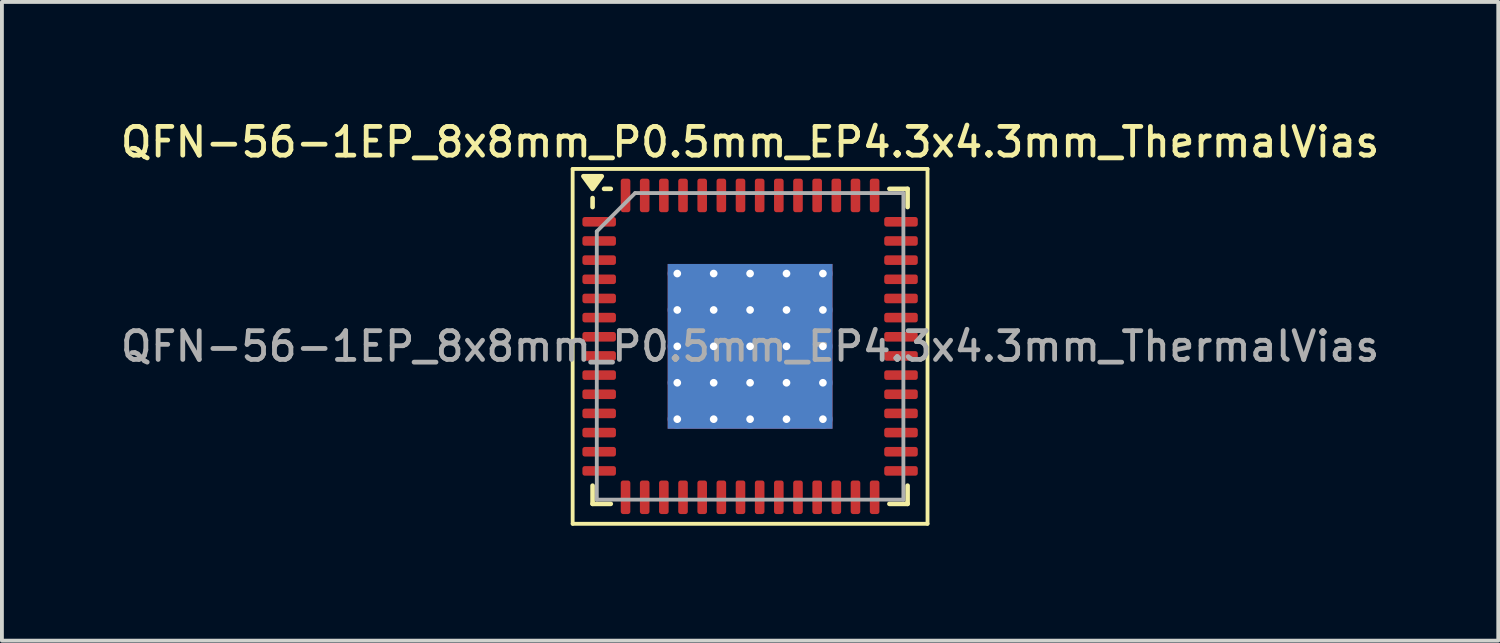
<source format=kicad_pcb>
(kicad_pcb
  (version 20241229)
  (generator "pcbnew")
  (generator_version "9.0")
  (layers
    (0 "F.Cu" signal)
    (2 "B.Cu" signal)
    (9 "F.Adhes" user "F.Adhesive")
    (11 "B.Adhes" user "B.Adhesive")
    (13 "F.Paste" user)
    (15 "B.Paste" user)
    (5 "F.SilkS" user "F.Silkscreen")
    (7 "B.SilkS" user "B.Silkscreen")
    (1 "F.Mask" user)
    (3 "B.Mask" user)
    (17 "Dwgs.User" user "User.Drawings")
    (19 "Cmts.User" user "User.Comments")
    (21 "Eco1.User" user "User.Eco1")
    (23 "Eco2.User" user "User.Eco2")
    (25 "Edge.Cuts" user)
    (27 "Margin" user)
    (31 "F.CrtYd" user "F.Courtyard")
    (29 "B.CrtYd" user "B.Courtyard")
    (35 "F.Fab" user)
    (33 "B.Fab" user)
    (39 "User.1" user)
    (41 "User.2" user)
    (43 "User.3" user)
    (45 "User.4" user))
  (footprint "QFN-56-1EP_8x8mm_P0.5mm_EP4.3x4.3mm_ThermalVias"
    (layer "F.Cu")
    (at 16.523 5.988)
    (property "Reference" "QFN-56-1EP_8x8mm_P0.5mm_EP4.3x4.3mm_ThermalVias" (at 0 -5.33 0) (layer "F.SilkS") (effects (font (size 0.75 0.75) (thickness 0.125))))
    (attr smd)
    (fp_line (start -4.63 -4.63) (end -4.63 4.63) (stroke (width 0.1) (type solid)) (layer "F.SilkS"))
    (fp_line (start -4.63 4.63) (end 4.63 4.63) (stroke (width 0.1) (type solid)) (layer "F.SilkS"))
    (fp_line (start -4.11 -3.635) (end -4.11 -3.87) (stroke (width 0.12) (type solid)) (layer "F.SilkS"))
    (fp_line (start -4.11 4.11) (end -4.11 3.635) (stroke (width 0.12) (type solid)) (layer "F.SilkS"))
    (fp_line (start -3.635 -4.11) (end -3.81 -4.11) (stroke (width 0.12) (type solid)) (layer "F.SilkS"))
    (fp_line (start -3.635 4.11) (end -4.11 4.11) (stroke (width 0.12) (type solid)) (layer "F.SilkS"))
    (fp_line (start 3.635 -4.11) (end 4.11 -4.11) (stroke (width 0.12) (type solid)) (layer "F.SilkS"))
    (fp_line (start 3.635 4.11) (end 4.11 4.11) (stroke (width 0.12) (type solid)) (layer "F.SilkS"))
    (fp_line (start 4.11 -4.11) (end 4.11 -3.635) (stroke (width 0.12) (type solid)) (layer "F.SilkS"))
    (fp_line (start 4.11 4.11) (end 4.11 3.635) (stroke (width 0.12) (type solid)) (layer "F.SilkS"))
    (fp_line (start 4.63 -4.63) (end -4.63 -4.63) (stroke (width 0.1) (type solid)) (layer "F.SilkS"))
    (fp_line (start 4.63 4.63) (end 4.63 -4.63) (stroke (width 0.1) (type solid)) (layer "F.SilkS"))
    (fp_poly (pts (xy -4.11 -4.11) (xy -4.35 -4.44) (xy -3.87 -4.44) (xy -4.11 -4.11)) (stroke (width 0.12) (type solid)) (fill yes) (layer "F.SilkS"))
    (fp_line (start -4 -3) (end -3 -4) (stroke (width 0.1) (type solid)) (layer "F.Fab"))
    (fp_line (start -4 4) (end -4 -3) (stroke (width 0.1) (type solid)) (layer "F.Fab"))
    (fp_line (start -3 -4) (end 4 -4) (stroke (width 0.1) (type solid)) (layer "F.Fab"))
    (fp_line (start 4 -4) (end 4 4) (stroke (width 0.1) (type solid)) (layer "F.Fab"))
    (fp_line (start 4 4) (end -4 4) (stroke (width 0.1) (type solid)) (layer "F.Fab"))
    (fp_text user "${REFERENCE}" (at 0 0 0) (layer "F.Fab") (effects (font (size 0.75 0.75) (thickness 0.125))))
    (pad "" smd custom (at -1.425 -1.425) (size 0.716 0.716) (layers "F.Paste") (options (anchor circle)) (primitives (gr_poly (pts (xy -0.299 -0.202) (xy -0.202 -0.299) (xy 0.202 -0.299) (xy 0.299 -0.202) (xy 0.299 0.202) (xy 0.202 0.299) (xy -0.202 0.299) (xy -0.299 0.202)) (width 0.234) (fill yes))))
    (pad "" smd custom (at -1.425 -0.475) (size 0.716 0.716) (layers "F.Paste") (options (anchor circle)) (primitives (gr_poly (pts (xy -0.299 -0.202) (xy -0.202 -0.299) (xy 0.202 -0.299) (xy 0.299 -0.202) (xy 0.299 0.202) (xy 0.202 0.299) (xy -0.202 0.299) (xy -0.299 0.202)) (width 0.234) (fill yes))))
    (pad "" smd custom (at -1.425 0.475) (size 0.716 0.716) (layers "F.Paste") (options (anchor circle)) (primitives (gr_poly (pts (xy -0.299 -0.202) (xy -0.202 -0.299) (xy 0.202 -0.299) (xy 0.299 -0.202) (xy 0.299 0.202) (xy 0.202 0.299) (xy -0.202 0.299) (xy -0.299 0.202)) (width 0.234) (fill yes))))
    (pad "" smd custom (at -1.425 1.425) (size 0.716 0.716) (layers "F.Paste") (options (anchor circle)) (primitives (gr_poly (pts (xy -0.299 -0.202) (xy -0.202 -0.299) (xy 0.202 -0.299) (xy 0.299 -0.202) (xy 0.299 0.202) (xy 0.202 0.299) (xy -0.202 0.299) (xy -0.299 0.202)) (width 0.234) (fill yes))))
    (pad "" smd custom (at -0.475 -1.425) (size 0.716 0.716) (layers "F.Paste") (options (anchor circle)) (primitives (gr_poly (pts (xy -0.299 -0.202) (xy -0.202 -0.299) (xy 0.202 -0.299) (xy 0.299 -0.202) (xy 0.299 0.202) (xy 0.202 0.299) (xy -0.202 0.299) (xy -0.299 0.202)) (width 0.234) (fill yes))))
    (pad "" smd custom (at -0.475 -0.475) (size 0.716 0.716) (layers "F.Paste") (options (anchor circle)) (primitives (gr_poly (pts (xy -0.299 -0.202) (xy -0.202 -0.299) (xy 0.202 -0.299) (xy 0.299 -0.202) (xy 0.299 0.202) (xy 0.202 0.299) (xy -0.202 0.299) (xy -0.299 0.202)) (width 0.234) (fill yes))))
    (pad "" smd custom (at -0.475 0.475) (size 0.716 0.716) (layers "F.Paste") (options (anchor circle)) (primitives (gr_poly (pts (xy -0.299 -0.202) (xy -0.202 -0.299) (xy 0.202 -0.299) (xy 0.299 -0.202) (xy 0.299 0.202) (xy 0.202 0.299) (xy -0.202 0.299) (xy -0.299 0.202)) (width 0.234) (fill yes))))
    (pad "" smd custom (at -0.475 1.425) (size 0.716 0.716) (layers "F.Paste") (options (anchor circle)) (primitives (gr_poly (pts (xy -0.299 -0.202) (xy -0.202 -0.299) (xy 0.202 -0.299) (xy 0.299 -0.202) (xy 0.299 0.202) (xy 0.202 0.299) (xy -0.202 0.299) (xy -0.299 0.202)) (width 0.234) (fill yes))))
    (pad "" smd custom (at 0.475 -1.425) (size 0.716 0.716) (layers "F.Paste") (options (anchor circle)) (primitives (gr_poly (pts (xy -0.299 -0.202) (xy -0.202 -0.299) (xy 0.202 -0.299) (xy 0.299 -0.202) (xy 0.299 0.202) (xy 0.202 0.299) (xy -0.202 0.299) (xy -0.299 0.202)) (width 0.234) (fill yes))))
    (pad "" smd custom (at 0.475 -0.475) (size 0.716 0.716) (layers "F.Paste") (options (anchor circle)) (primitives (gr_poly (pts (xy -0.299 -0.202) (xy -0.202 -0.299) (xy 0.202 -0.299) (xy 0.299 -0.202) (xy 0.299 0.202) (xy 0.202 0.299) (xy -0.202 0.299) (xy -0.299 0.202)) (width 0.234) (fill yes))))
    (pad "" smd custom (at 0.475 0.475) (size 0.716 0.716) (layers "F.Paste") (options (anchor circle)) (primitives (gr_poly (pts (xy -0.299 -0.202) (xy -0.202 -0.299) (xy 0.202 -0.299) (xy 0.299 -0.202) (xy 0.299 0.202) (xy 0.202 0.299) (xy -0.202 0.299) (xy -0.299 0.202)) (width 0.234) (fill yes))))
    (pad "" smd custom (at 0.475 1.425) (size 0.716 0.716) (layers "F.Paste") (options (anchor circle)) (primitives (gr_poly (pts (xy -0.299 -0.202) (xy -0.202 -0.299) (xy 0.202 -0.299) (xy 0.299 -0.202) (xy 0.299 0.202) (xy 0.202 0.299) (xy -0.202 0.299) (xy -0.299 0.202)) (width 0.234) (fill yes))))
    (pad "" smd custom (at 1.425 -1.425) (size 0.716 0.716) (layers "F.Paste") (options (anchor circle)) (primitives (gr_poly (pts (xy -0.299 -0.202) (xy -0.202 -0.299) (xy 0.202 -0.299) (xy 0.299 -0.202) (xy 0.299 0.202) (xy 0.202 0.299) (xy -0.202 0.299) (xy -0.299 0.202)) (width 0.234) (fill yes))))
    (pad "" smd custom (at 1.425 -0.475) (size 0.716 0.716) (layers "F.Paste") (options (anchor circle)) (primitives (gr_poly (pts (xy -0.299 -0.202) (xy -0.202 -0.299) (xy 0.202 -0.299) (xy 0.299 -0.202) (xy 0.299 0.202) (xy 0.202 0.299) (xy -0.202 0.299) (xy -0.299 0.202)) (width 0.234) (fill yes))))
    (pad "" smd custom (at 1.425 0.475) (size 0.716 0.716) (layers "F.Paste") (options (anchor circle)) (primitives (gr_poly (pts (xy -0.299 -0.202) (xy -0.202 -0.299) (xy 0.202 -0.299) (xy 0.299 -0.202) (xy 0.299 0.202) (xy 0.202 0.299) (xy -0.202 0.299) (xy -0.299 0.202)) (width 0.234) (fill yes))))
    (pad "" smd custom (at 1.425 1.425) (size 0.716 0.716) (layers "F.Paste") (options (anchor circle)) (primitives (gr_poly (pts (xy -0.299 -0.202) (xy -0.202 -0.299) (xy 0.202 -0.299) (xy 0.299 -0.202) (xy 0.299 0.202) (xy 0.202 0.299) (xy -0.202 0.299) (xy -0.299 0.202)) (width 0.234) (fill yes))))
    (pad "1" smd roundrect (at -3.938 -3.25) (size 0.875 0.25) (layers "F.Cu" "F.Mask" "F.Paste") (roundrect_rratio 0.25))
    (pad "2" smd roundrect (at -3.938 -2.75) (size 0.875 0.25) (layers "F.Cu" "F.Mask" "F.Paste") (roundrect_rratio 0.25))
    (pad "3" smd roundrect (at -3.938 -2.25) (size 0.875 0.25) (layers "F.Cu" "F.Mask" "F.Paste") (roundrect_rratio 0.25))
    (pad "4" smd roundrect (at -3.938 -1.75) (size 0.875 0.25) (layers "F.Cu" "F.Mask" "F.Paste") (roundrect_rratio 0.25))
    (pad "5" smd roundrect (at -3.938 -1.25) (size 0.875 0.25) (layers "F.Cu" "F.Mask" "F.Paste") (roundrect_rratio 0.25))
    (pad "6" smd roundrect (at -3.938 -0.75) (size 0.875 0.25) (layers "F.Cu" "F.Mask" "F.Paste") (roundrect_rratio 0.25))
    (pad "7" smd roundrect (at -3.938 -0.25) (size 0.875 0.25) (layers "F.Cu" "F.Mask" "F.Paste") (roundrect_rratio 0.25))
    (pad "8" smd roundrect (at -3.938 0.25) (size 0.875 0.25) (layers "F.Cu" "F.Mask" "F.Paste") (roundrect_rratio 0.25))
    (pad "9" smd roundrect (at -3.938 0.75) (size 0.875 0.25) (layers "F.Cu" "F.Mask" "F.Paste") (roundrect_rratio 0.25))
    (pad "10" smd roundrect (at -3.938 1.25) (size 0.875 0.25) (layers "F.Cu" "F.Mask" "F.Paste") (roundrect_rratio 0.25))
    (pad "11" smd roundrect (at -3.938 1.75) (size 0.875 0.25) (layers "F.Cu" "F.Mask" "F.Paste") (roundrect_rratio 0.25))
    (pad "12" smd roundrect (at -3.938 2.25) (size 0.875 0.25) (layers "F.Cu" "F.Mask" "F.Paste") (roundrect_rratio 0.25))
    (pad "13" smd roundrect (at -3.938 2.75) (size 0.875 0.25) (layers "F.Cu" "F.Mask" "F.Paste") (roundrect_rratio 0.25))
    (pad "14" smd roundrect (at -3.938 3.25) (size 0.875 0.25) (layers "F.Cu" "F.Mask" "F.Paste") (roundrect_rratio 0.25))
    (pad "15" smd roundrect (at -3.25 3.938) (size 0.25 0.875) (layers "F.Cu" "F.Mask" "F.Paste") (roundrect_rratio 0.25))
    (pad "16" smd roundrect (at -2.75 3.938) (size 0.25 0.875) (layers "F.Cu" "F.Mask" "F.Paste") (roundrect_rratio 0.25))
    (pad "17" smd roundrect (at -2.25 3.938) (size 0.25 0.875) (layers "F.Cu" "F.Mask" "F.Paste") (roundrect_rratio 0.25))
    (pad "18" smd roundrect (at -1.75 3.938) (size 0.25 0.875) (layers "F.Cu" "F.Mask" "F.Paste") (roundrect_rratio 0.25))
    (pad "19" smd roundrect (at -1.25 3.938) (size 0.25 0.875) (layers "F.Cu" "F.Mask" "F.Paste") (roundrect_rratio 0.25))
    (pad "20" smd roundrect (at -0.75 3.938) (size 0.25 0.875) (layers "F.Cu" "F.Mask" "F.Paste") (roundrect_rratio 0.25))
    (pad "21" smd roundrect (at -0.25 3.938) (size 0.25 0.875) (layers "F.Cu" "F.Mask" "F.Paste") (roundrect_rratio 0.25))
    (pad "22" smd roundrect (at 0.25 3.938) (size 0.25 0.875) (layers "F.Cu" "F.Mask" "F.Paste") (roundrect_rratio 0.25))
    (pad "23" smd roundrect (at 0.75 3.938) (size 0.25 0.875) (layers "F.Cu" "F.Mask" "F.Paste") (roundrect_rratio 0.25))
    (pad "24" smd roundrect (at 1.25 3.938) (size 0.25 0.875) (layers "F.Cu" "F.Mask" "F.Paste") (roundrect_rratio 0.25))
    (pad "25" smd roundrect (at 1.75 3.938) (size 0.25 0.875) (layers "F.Cu" "F.Mask" "F.Paste") (roundrect_rratio 0.25))
    (pad "26" smd roundrect (at 2.25 3.938) (size 0.25 0.875) (layers "F.Cu" "F.Mask" "F.Paste") (roundrect_rratio 0.25))
    (pad "27" smd roundrect (at 2.75 3.938) (size 0.25 0.875) (layers "F.Cu" "F.Mask" "F.Paste") (roundrect_rratio 0.25))
    (pad "28" smd roundrect (at 3.25 3.938) (size 0.25 0.875) (layers "F.Cu" "F.Mask" "F.Paste") (roundrect_rratio 0.25))
    (pad "29" smd roundrect (at 3.938 3.25) (size 0.875 0.25) (layers "F.Cu" "F.Mask" "F.Paste") (roundrect_rratio 0.25))
    (pad "30" smd roundrect (at 3.938 2.75) (size 0.875 0.25) (layers "F.Cu" "F.Mask" "F.Paste") (roundrect_rratio 0.25))
    (pad "31" smd roundrect (at 3.938 2.25) (size 0.875 0.25) (layers "F.Cu" "F.Mask" "F.Paste") (roundrect_rratio 0.25))
    (pad "32" smd roundrect (at 3.938 1.75) (size 0.875 0.25) (layers "F.Cu" "F.Mask" "F.Paste") (roundrect_rratio 0.25))
    (pad "33" smd roundrect (at 3.938 1.25) (size 0.875 0.25) (layers "F.Cu" "F.Mask" "F.Paste") (roundrect_rratio 0.25))
    (pad "34" smd roundrect (at 3.938 0.75) (size 0.875 0.25) (layers "F.Cu" "F.Mask" "F.Paste") (roundrect_rratio 0.25))
    (pad "35" smd roundrect (at 3.938 0.25) (size 0.875 0.25) (layers "F.Cu" "F.Mask" "F.Paste") (roundrect_rratio 0.25))
    (pad "36" smd roundrect (at 3.938 -0.25) (size 0.875 0.25) (layers "F.Cu" "F.Mask" "F.Paste") (roundrect_rratio 0.25))
    (pad "37" smd roundrect (at 3.938 -0.75) (size 0.875 0.25) (layers "F.Cu" "F.Mask" "F.Paste") (roundrect_rratio 0.25))
    (pad "38" smd roundrect (at 3.938 -1.25) (size 0.875 0.25) (layers "F.Cu" "F.Mask" "F.Paste") (roundrect_rratio 0.25))
    (pad "39" smd roundrect (at 3.938 -1.75) (size 0.875 0.25) (layers "F.Cu" "F.Mask" "F.Paste") (roundrect_rratio 0.25))
    (pad "40" smd roundrect (at 3.938 -2.25) (size 0.875 0.25) (layers "F.Cu" "F.Mask" "F.Paste") (roundrect_rratio 0.25))
    (pad "41" smd roundrect (at 3.938 -2.75) (size 0.875 0.25) (layers "F.Cu" "F.Mask" "F.Paste") (roundrect_rratio 0.25))
    (pad "42" smd roundrect (at 3.938 -3.25) (size 0.875 0.25) (layers "F.Cu" "F.Mask" "F.Paste") (roundrect_rratio 0.25))
    (pad "43" smd roundrect (at 3.25 -3.938) (size 0.25 0.875) (layers "F.Cu" "F.Mask" "F.Paste") (roundrect_rratio 0.25))
    (pad "44" smd roundrect (at 2.75 -3.938) (size 0.25 0.875) (layers "F.Cu" "F.Mask" "F.Paste") (roundrect_rratio 0.25))
    (pad "45" smd roundrect (at 2.25 -3.938) (size 0.25 0.875) (layers "F.Cu" "F.Mask" "F.Paste") (roundrect_rratio 0.25))
    (pad "46" smd roundrect (at 1.75 -3.938) (size 0.25 0.875) (layers "F.Cu" "F.Mask" "F.Paste") (roundrect_rratio 0.25))
    (pad "47" smd roundrect (at 1.25 -3.938) (size 0.25 0.875) (layers "F.Cu" "F.Mask" "F.Paste") (roundrect_rratio 0.25))
    (pad "48" smd roundrect (at 0.75 -3.938) (size 0.25 0.875) (layers "F.Cu" "F.Mask" "F.Paste") (roundrect_rratio 0.25))
    (pad "49" smd roundrect (at 0.25 -3.938) (size 0.25 0.875) (layers "F.Cu" "F.Mask" "F.Paste") (roundrect_rratio 0.25))
    (pad "50" smd roundrect (at -0.25 -3.938) (size 0.25 0.875) (layers "F.Cu" "F.Mask" "F.Paste") (roundrect_rratio 0.25))
    (pad "51" smd roundrect (at -0.75 -3.938) (size 0.25 0.875) (layers "F.Cu" "F.Mask" "F.Paste") (roundrect_rratio 0.25))
    (pad "52" smd roundrect (at -1.25 -3.938) (size 0.25 0.875) (layers "F.Cu" "F.Mask" "F.Paste") (roundrect_rratio 0.25))
    (pad "53" smd roundrect (at -1.75 -3.938) (size 0.25 0.875) (layers "F.Cu" "F.Mask" "F.Paste") (roundrect_rratio 0.25))
    (pad "54" smd roundrect (at -2.25 -3.938) (size 0.25 0.875) (layers "F.Cu" "F.Mask" "F.Paste") (roundrect_rratio 0.25))
    (pad "55" smd roundrect (at -2.75 -3.938) (size 0.25 0.875) (layers "F.Cu" "F.Mask" "F.Paste") (roundrect_rratio 0.25))
    (pad "56" smd roundrect (at -3.25 -3.938) (size 0.25 0.875) (layers "F.Cu" "F.Mask" "F.Paste") (roundrect_rratio 0.25))
    (pad "57" thru_hole circle (at -1.9 -1.9) (size 0.5 0.5) (drill 0.2) (property pad_prop_heatsink) (layers "*.Cu"))
    (pad "57" thru_hole circle (at -1.9 -0.95) (size 0.5 0.5) (drill 0.2) (property pad_prop_heatsink) (layers "*.Cu"))
    (pad "57" thru_hole circle (at -1.9 0) (size 0.5 0.5) (drill 0.2) (property pad_prop_heatsink) (layers "*.Cu"))
    (pad "57" thru_hole circle (at -1.9 0.95) (size 0.5 0.5) (drill 0.2) (property pad_prop_heatsink) (layers "*.Cu"))
    (pad "57" thru_hole circle (at -1.9 1.9) (size 0.5 0.5) (drill 0.2) (property pad_prop_heatsink) (layers "*.Cu"))
    (pad "57" thru_hole circle (at -0.95 -1.9) (size 0.5 0.5) (drill 0.2) (property pad_prop_heatsink) (layers "*.Cu"))
    (pad "57" thru_hole circle (at -0.95 -0.95) (size 0.5 0.5) (drill 0.2) (property pad_prop_heatsink) (layers "*.Cu"))
    (pad "57" thru_hole circle (at -0.95 0) (size 0.5 0.5) (drill 0.2) (property pad_prop_heatsink) (layers "*.Cu"))
    (pad "57" thru_hole circle (at -0.95 0.95) (size 0.5 0.5) (drill 0.2) (property pad_prop_heatsink) (layers "*.Cu"))
    (pad "57" thru_hole circle (at -0.95 1.9) (size 0.5 0.5) (drill 0.2) (property pad_prop_heatsink) (layers "*.Cu"))
    (pad "57" thru_hole circle (at 0 -1.9) (size 0.5 0.5) (drill 0.2) (property pad_prop_heatsink) (layers "*.Cu"))
    (pad "57" thru_hole circle (at 0 -0.95) (size 0.5 0.5) (drill 0.2) (property pad_prop_heatsink) (layers "*.Cu"))
    (pad "57" thru_hole circle (at 0 0) (size 0.5 0.5) (drill 0.2) (property pad_prop_heatsink) (layers "*.Cu"))
    (pad "57" smd rect (at 0 0) (size 4.3 4.3) (property pad_prop_heatsink) (layers "F.Cu" "F.Mask"))
    (pad "57" smd rect (at 0 0) (size 4.3 4.3) (property pad_prop_heatsink) (layers "B.Cu"))
    (pad "57" thru_hole circle (at 0 0.95) (size 0.5 0.5) (drill 0.2) (property pad_prop_heatsink) (layers "*.Cu"))
    (pad "57" thru_hole circle (at 0 1.9) (size 0.5 0.5) (drill 0.2) (property pad_prop_heatsink) (layers "*.Cu"))
    (pad "57" thru_hole circle (at 0.95 -1.9) (size 0.5 0.5) (drill 0.2) (property pad_prop_heatsink) (layers "*.Cu"))
    (pad "57" thru_hole circle (at 0.95 -0.95) (size 0.5 0.5) (drill 0.2) (property pad_prop_heatsink) (layers "*.Cu"))
    (pad "57" thru_hole circle (at 0.95 0) (size 0.5 0.5) (drill 0.2) (property pad_prop_heatsink) (layers "*.Cu"))
    (pad "57" thru_hole circle (at 0.95 0.95) (size 0.5 0.5) (drill 0.2) (property pad_prop_heatsink) (layers "*.Cu"))
    (pad "57" thru_hole circle (at 0.95 1.9) (size 0.5 0.5) (drill 0.2) (property pad_prop_heatsink) (layers "*.Cu"))
    (pad "57" thru_hole circle (at 1.9 -1.9) (size 0.5 0.5) (drill 0.2) (property pad_prop_heatsink) (layers "*.Cu"))
    (pad "57" thru_hole circle (at 1.9 -0.95) (size 0.5 0.5) (drill 0.2) (property pad_prop_heatsink) (layers "*.Cu"))
    (pad "57" thru_hole circle (at 1.9 0) (size 0.5 0.5) (drill 0.2) (property pad_prop_heatsink) (layers "*.Cu"))
    (pad "57" thru_hole circle (at 1.9 0.95) (size 0.5 0.5) (drill 0.2) (property pad_prop_heatsink) (layers "*.Cu"))
    (pad "57" thru_hole circle (at 1.9 1.9) (size 0.5 0.5) (drill 0.2) (property pad_prop_heatsink) (layers "*.Cu")))
  (gr_rect
    (start -3 -3)
    (end 36.046 13.668)
    (stroke (width 0.1) (type default))
    (fill no)
    (layer "Edge.Cuts")))
</source>
